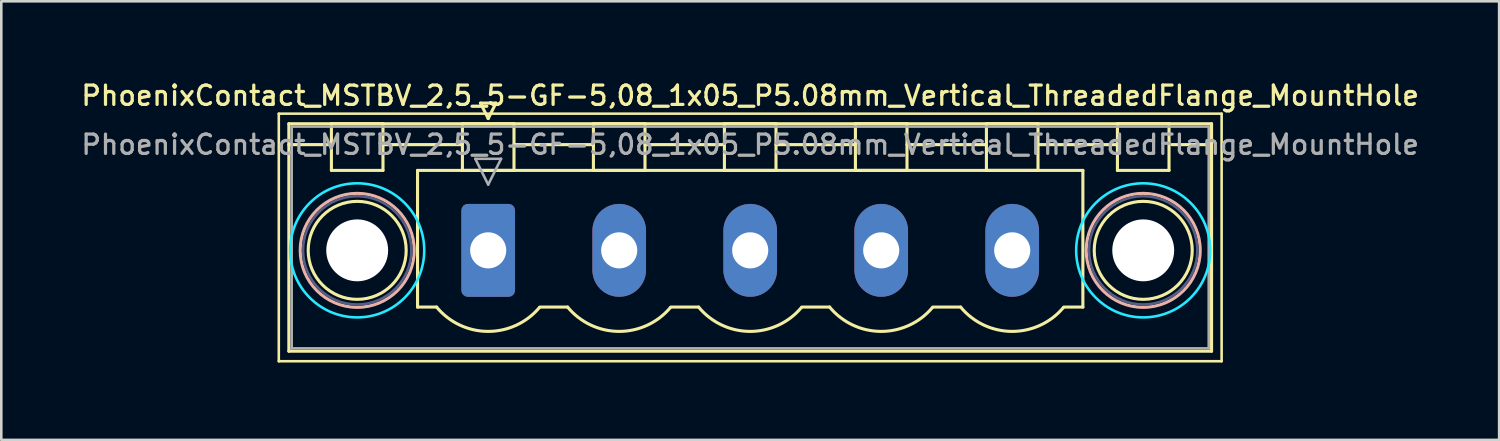
<source format=kicad_pcb>
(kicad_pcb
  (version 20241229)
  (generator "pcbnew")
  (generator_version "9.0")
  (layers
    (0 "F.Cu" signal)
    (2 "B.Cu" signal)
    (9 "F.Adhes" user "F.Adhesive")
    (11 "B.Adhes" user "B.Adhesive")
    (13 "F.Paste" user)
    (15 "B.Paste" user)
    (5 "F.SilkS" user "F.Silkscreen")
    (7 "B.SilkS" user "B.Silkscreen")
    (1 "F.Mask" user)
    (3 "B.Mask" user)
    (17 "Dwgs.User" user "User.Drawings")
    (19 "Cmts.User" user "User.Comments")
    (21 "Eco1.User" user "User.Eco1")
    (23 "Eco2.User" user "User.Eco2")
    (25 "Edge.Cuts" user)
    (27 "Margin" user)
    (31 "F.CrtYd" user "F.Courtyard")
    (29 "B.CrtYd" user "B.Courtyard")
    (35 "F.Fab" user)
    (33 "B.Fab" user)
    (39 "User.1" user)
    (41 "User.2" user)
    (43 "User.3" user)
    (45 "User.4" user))
  (footprint "PhoenixContact_MSTBV_2,5_5-GF-5,08_1x05_P5.08mm_Vertical_ThreadedFlange_MountHole"
    (layer "F.Cu")
    (at 15.881 6.658)
    (property "Reference" "PhoenixContact_MSTBV_2,5_5-GF-5,08_1x05_P5.08mm_Vertical_ThreadedFlange_MountHole" (at 10.16 -6 0) (layer "F.SilkS") (effects (font (size 0.75 0.75) (thickness 0.125))))
    (attr through_hole)
    (fp_line (start -8.12 -5.3) (end -8.12 4.3) (stroke (width 0.1) (type solid)) (layer "F.SilkS"))
    (fp_line (start -8.12 4.3) (end 28.44 4.3) (stroke (width 0.1) (type solid)) (layer "F.SilkS"))
    (fp_line (start -7.73 -4.91) (end -7.73 3.91) (stroke (width 0.12) (type solid)) (layer "F.SilkS"))
    (fp_line (start -7.73 -4.1) (end -6.19 -4.1) (stroke (width 0.12) (type solid)) (layer "F.SilkS"))
    (fp_line (start -7.73 3.91) (end 28.05 3.91) (stroke (width 0.12) (type solid)) (layer "F.SilkS"))
    (fp_line (start -6.08 -4.91) (end -4.08 -4.91) (stroke (width 0.12) (type solid)) (layer "F.SilkS"))
    (fp_line (start -6.08 -3.1) (end -6.08 -4.91) (stroke (width 0.12) (type solid)) (layer "F.SilkS"))
    (fp_line (start -4.08 -4.91) (end -4.08 -3.1) (stroke (width 0.12) (type solid)) (layer "F.SilkS"))
    (fp_line (start -4.08 -4.1) (end -1 -4.1) (stroke (width 0.12) (type solid)) (layer "F.SilkS"))
    (fp_line (start -4.08 -3.1) (end -6.08 -3.1) (stroke (width 0.12) (type solid)) (layer "F.SilkS"))
    (fp_line (start -2.74 -3.1) (end 23.06 -3.1) (stroke (width 0.12) (type solid)) (layer "F.SilkS"))
    (fp_line (start -2.74 2.2) (end -2.74 -3.1) (stroke (width 0.12) (type solid)) (layer "F.SilkS"))
    (fp_line (start -2 2.2) (end -2.74 2.2) (stroke (width 0.12) (type solid)) (layer "F.SilkS"))
    (fp_line (start -1 -4.91) (end 1 -4.91) (stroke (width 0.12) (type solid)) (layer "F.SilkS"))
    (fp_line (start -1 -3.1) (end -1 -4.91) (stroke (width 0.12) (type solid)) (layer "F.SilkS"))
    (fp_line (start -0.3 -5.71) (end 0.3 -5.71) (stroke (width 0.12) (type solid)) (layer "F.SilkS"))
    (fp_line (start 0 -5.11) (end -0.3 -5.71) (stroke (width 0.12) (type solid)) (layer "F.SilkS"))
    (fp_line (start 0.3 -5.71) (end 0 -5.11) (stroke (width 0.12) (type solid)) (layer "F.SilkS"))
    (fp_line (start 1 -4.91) (end 1 -3.1) (stroke (width 0.12) (type solid)) (layer "F.SilkS"))
    (fp_line (start 1 -4.1) (end 4.08 -4.1) (stroke (width 0.12) (type solid)) (layer "F.SilkS"))
    (fp_line (start 1 -3.1) (end -1 -3.1) (stroke (width 0.12) (type solid)) (layer "F.SilkS"))
    (fp_line (start 2 2.2) (end 3.08 2.2) (stroke (width 0.12) (type solid)) (layer "F.SilkS"))
    (fp_line (start 4.08 -4.91) (end 6.08 -4.91) (stroke (width 0.12) (type solid)) (layer "F.SilkS"))
    (fp_line (start 4.08 -3.1) (end 4.08 -4.91) (stroke (width 0.12) (type solid)) (layer "F.SilkS"))
    (fp_line (start 6.08 -4.91) (end 6.08 -3.1) (stroke (width 0.12) (type solid)) (layer "F.SilkS"))
    (fp_line (start 6.08 -4.1) (end 9.16 -4.1) (stroke (width 0.12) (type solid)) (layer "F.SilkS"))
    (fp_line (start 6.08 -3.1) (end 4.08 -3.1) (stroke (width 0.12) (type solid)) (layer "F.SilkS"))
    (fp_line (start 7.08 2.2) (end 8.16 2.2) (stroke (width 0.12) (type solid)) (layer "F.SilkS"))
    (fp_line (start 9.16 -4.91) (end 11.16 -4.91) (stroke (width 0.12) (type solid)) (layer "F.SilkS"))
    (fp_line (start 9.16 -3.1) (end 9.16 -4.91) (stroke (width 0.12) (type solid)) (layer "F.SilkS"))
    (fp_line (start 11.16 -4.91) (end 11.16 -3.1) (stroke (width 0.12) (type solid)) (layer "F.SilkS"))
    (fp_line (start 11.16 -4.1) (end 14.24 -4.1) (stroke (width 0.12) (type solid)) (layer "F.SilkS"))
    (fp_line (start 11.16 -3.1) (end 9.16 -3.1) (stroke (width 0.12) (type solid)) (layer "F.SilkS"))
    (fp_line (start 12.16 2.2) (end 13.24 2.2) (stroke (width 0.12) (type solid)) (layer "F.SilkS"))
    (fp_line (start 14.24 -4.91) (end 16.24 -4.91) (stroke (width 0.12) (type solid)) (layer "F.SilkS"))
    (fp_line (start 14.24 -3.1) (end 14.24 -4.91) (stroke (width 0.12) (type solid)) (layer "F.SilkS"))
    (fp_line (start 16.24 -4.91) (end 16.24 -3.1) (stroke (width 0.12) (type solid)) (layer "F.SilkS"))
    (fp_line (start 16.24 -4.1) (end 19.32 -4.1) (stroke (width 0.12) (type solid)) (layer "F.SilkS"))
    (fp_line (start 16.24 -3.1) (end 14.24 -3.1) (stroke (width 0.12) (type solid)) (layer "F.SilkS"))
    (fp_line (start 17.24 2.2) (end 18.32 2.2) (stroke (width 0.12) (type solid)) (layer "F.SilkS"))
    (fp_line (start 19.32 -4.91) (end 21.32 -4.91) (stroke (width 0.12) (type solid)) (layer "F.SilkS"))
    (fp_line (start 19.32 -3.1) (end 19.32 -4.91) (stroke (width 0.12) (type solid)) (layer "F.SilkS"))
    (fp_line (start 21.32 -4.91) (end 21.32 -3.1) (stroke (width 0.12) (type solid)) (layer "F.SilkS"))
    (fp_line (start 21.32 -4.1) (end 24.4 -4.1) (stroke (width 0.12) (type solid)) (layer "F.SilkS"))
    (fp_line (start 21.32 -3.1) (end 19.32 -3.1) (stroke (width 0.12) (type solid)) (layer "F.SilkS"))
    (fp_line (start 23.06 -3.1) (end 23.06 2.2) (stroke (width 0.12) (type solid)) (layer "F.SilkS"))
    (fp_line (start 23.06 2.2) (end 22.32 2.2) (stroke (width 0.12) (type solid)) (layer "F.SilkS"))
    (fp_line (start 24.4 -4.91) (end 26.4 -4.91) (stroke (width 0.12) (type solid)) (layer "F.SilkS"))
    (fp_line (start 24.4 -3.1) (end 24.4 -4.91) (stroke (width 0.12) (type solid)) (layer "F.SilkS"))
    (fp_line (start 26.4 -4.91) (end 26.4 -3.1) (stroke (width 0.12) (type solid)) (layer "F.SilkS"))
    (fp_line (start 26.4 -3.1) (end 24.4 -3.1) (stroke (width 0.12) (type solid)) (layer "F.SilkS"))
    (fp_line (start 28.05 -4.91) (end -7.73 -4.91) (stroke (width 0.12) (type solid)) (layer "F.SilkS"))
    (fp_line (start 28.05 -4.1) (end 26.51 -4.1) (stroke (width 0.12) (type solid)) (layer "F.SilkS"))
    (fp_line (start 28.05 3.91) (end 28.05 -4.91) (stroke (width 0.12) (type solid)) (layer "F.SilkS"))
    (fp_line (start 28.44 -5.3) (end -8.12 -5.3) (stroke (width 0.1) (type solid)) (layer "F.SilkS"))
    (fp_line (start 28.44 4.3) (end 28.44 -5.3) (stroke (width 0.1) (type solid)) (layer "F.SilkS"))
    (fp_arc (start 1.986842 2.215821) (mid -0.010289 3.142758) (end -2 2.2) (stroke (width 0.12) (type solid)) (layer "F.SilkS"))
    (fp_arc (start 7.066842 2.215821) (mid 5.069711 3.142758) (end 3.08 2.2) (stroke (width 0.12) (type solid)) (layer "F.SilkS"))
    (fp_arc (start 12.146842 2.215821) (mid 10.149711 3.142758) (end 8.16 2.2) (stroke (width 0.12) (type solid)) (layer "F.SilkS"))
    (fp_arc (start 17.226842 2.215821) (mid 15.229711 3.142758) (end 13.24 2.2) (stroke (width 0.12) (type solid)) (layer "F.SilkS"))
    (fp_arc (start 22.306842 2.215821) (mid 20.309711 3.142758) (end 18.32 2.2) (stroke (width 0.12) (type solid)) (layer "F.SilkS"))
    (fp_circle (center -5.08 0) (end -3.18 0) (stroke (width 0.12) (type solid)) (fill no) (layer "F.SilkS"))
    (fp_circle (center 25.4 0) (end 27.3 0) (stroke (width 0.12) (type solid)) (fill no) (layer "F.SilkS"))
    (fp_circle (center -5.08 0) (end -2.87 0) (stroke (width 0.12) (type solid)) (fill no) (layer "B.SilkS"))
    (fp_circle (center 25.4 0) (end 27.61 0) (stroke (width 0.12) (type solid)) (fill no) (layer "B.SilkS"))
    (fp_circle (center -5.08 0) (end -2.48 0) (stroke (width 0.1) (type solid)) (fill no) (layer "B.CrtYd"))
    (fp_circle (center 25.4 0) (end 28 0) (stroke (width 0.1) (type solid)) (fill no) (layer "B.CrtYd"))
    (fp_circle (center -5.08 0) (end -2.98 0) (stroke (width 0.1) (type solid)) (fill no) (layer "B.Fab"))
    (fp_circle (center 25.4 0) (end 27.5 0) (stroke (width 0.1) (type solid)) (fill no) (layer "B.Fab"))
    (fp_line (start -7.62 -4.8) (end -7.62 3.8) (stroke (width 0.1) (type solid)) (layer "F.Fab"))
    (fp_line (start -7.62 3.8) (end 27.94 3.8) (stroke (width 0.1) (type solid)) (layer "F.Fab"))
    (fp_line (start -0.5 -3.55) (end 0.5 -3.55) (stroke (width 0.1) (type solid)) (layer "F.Fab"))
    (fp_line (start 0 -2.55) (end -0.5 -3.55) (stroke (width 0.1) (type solid)) (layer "F.Fab"))
    (fp_line (start 0.5 -3.55) (end 0 -2.55) (stroke (width 0.1) (type solid)) (layer "F.Fab"))
    (fp_line (start 27.94 -4.8) (end -7.62 -4.8) (stroke (width 0.1) (type solid)) (layer "F.Fab"))
    (fp_line (start 27.94 3.8) (end 27.94 -4.8) (stroke (width 0.1) (type solid)) (layer "F.Fab"))
    (fp_text user "${REFERENCE}" (at 10.16 -4.1 0) (layer "F.Fab") (effects (font (size 0.75 0.75) (thickness 0.125))))
    (pad "" np_thru_hole circle (at -5.08 0) (size 2.4 2.4) (drill 2.4) (layers "*.Cu" "*.Mask"))
    (pad "" np_thru_hole circle (at 25.4 0) (size 2.4 2.4) (drill 2.4) (layers "*.Cu" "*.Mask"))
    (pad "1" thru_hole roundrect (at 0 0) (size 2.08 3.6) (drill 1.4) (layers "*.Cu" "*.Mask") (roundrect_rratio 0.12))
    (pad "2" thru_hole oval (at 5.08 0) (size 2.08 3.6) (drill 1.4) (layers "*.Cu" "*.Mask"))
    (pad "3" thru_hole oval (at 10.16 0) (size 2.08 3.6) (drill 1.4) (layers "*.Cu" "*.Mask"))
    (pad "4" thru_hole oval (at 15.24 0) (size 2.08 3.6) (drill 1.4) (layers "*.Cu" "*.Mask"))
    (pad "5" thru_hole oval (at 20.32 0) (size 2.08 3.6) (drill 1.4) (layers "*.Cu" "*.Mask")))
  (gr_rect
    (start -3 -3)
    (end 55.082 14.008)
    (stroke (width 0.1) (type default))
    (fill no)
    (layer "Edge.Cuts")))
</source>
